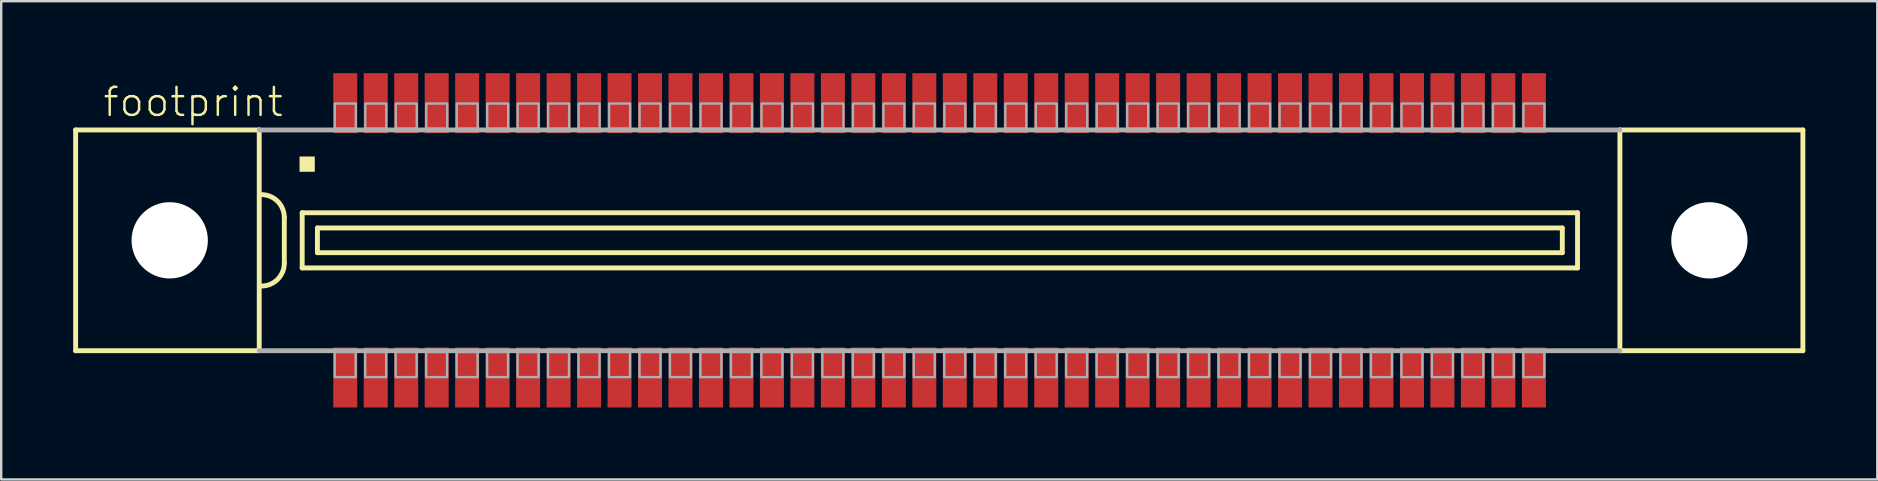
<source format=kicad_pcb>
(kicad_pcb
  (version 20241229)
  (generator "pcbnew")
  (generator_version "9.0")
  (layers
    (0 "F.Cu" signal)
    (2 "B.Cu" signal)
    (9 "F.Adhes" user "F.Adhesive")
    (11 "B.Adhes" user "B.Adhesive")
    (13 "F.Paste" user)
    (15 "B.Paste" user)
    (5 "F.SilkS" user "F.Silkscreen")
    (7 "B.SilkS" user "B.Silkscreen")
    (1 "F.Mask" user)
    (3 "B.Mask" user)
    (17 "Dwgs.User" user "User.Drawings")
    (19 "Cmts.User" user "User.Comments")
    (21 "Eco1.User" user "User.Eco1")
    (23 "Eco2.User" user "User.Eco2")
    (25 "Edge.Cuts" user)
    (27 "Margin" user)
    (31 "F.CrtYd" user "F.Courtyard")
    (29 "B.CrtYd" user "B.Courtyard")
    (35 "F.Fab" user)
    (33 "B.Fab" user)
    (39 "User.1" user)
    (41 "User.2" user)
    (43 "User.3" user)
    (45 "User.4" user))
  (footprint "footprint"
    (layer "F.Cu")
    (at 36.102 6.965)
    (property "Reference" "footprint" (at -34.925 -5.08 0) (layer "F.SilkS") (effects (font (size 1.168 1.168) (thickness 0.102)) (justify left bottom)))
    (fp_line (start -36 -4.6) (end -36 4.6) (stroke (width 0.203) (type solid)) (layer "F.SilkS"))
    (fp_line (start -36 4.6) (end -28.35 4.6) (stroke (width 0.203) (type solid)) (layer "F.SilkS"))
    (fp_line (start -28.35 -4.6) (end -36 -4.6) (stroke (width 0.203) (type solid)) (layer "F.SilkS"))
    (fp_line (start -28.35 -4.6) (end -28.35 4.6) (stroke (width 0.203) (type solid)) (layer "F.SilkS"))
    (fp_line (start -27.305 -0.953) (end -27.305 0.953) (stroke (width 0.203) (type solid)) (layer "F.SilkS"))
    (fp_line (start -26.56 -1.15) (end -26.56 1.15) (stroke (width 0.203) (type solid)) (layer "F.SilkS"))
    (fp_line (start -26.56 1.15) (end 26.585 1.15) (stroke (width 0.203) (type solid)) (layer "F.SilkS"))
    (fp_line (start -25.925 -0.515) (end -25.925 0.515) (stroke (width 0.203) (type solid)) (layer "F.SilkS"))
    (fp_line (start -25.925 0.515) (end 25.95 0.515) (stroke (width 0.203) (type solid)) (layer "F.SilkS"))
    (fp_line (start 25.95 -0.515) (end -25.925 -0.515) (stroke (width 0.203) (type solid)) (layer "F.SilkS"))
    (fp_line (start 25.95 0.515) (end 25.95 -0.515) (stroke (width 0.203) (type solid)) (layer "F.SilkS"))
    (fp_line (start 26.585 -1.15) (end -26.56 -1.15) (stroke (width 0.203) (type solid)) (layer "F.SilkS"))
    (fp_line (start 26.585 1.15) (end 26.585 -1.15) (stroke (width 0.203) (type solid)) (layer "F.SilkS"))
    (fp_line (start 28.35 4.6) (end 28.35 -4.6) (stroke (width 0.203) (type solid)) (layer "F.SilkS"))
    (fp_line (start 28.35 4.6) (end 35.975 4.6) (stroke (width 0.203) (type solid)) (layer "F.SilkS"))
    (fp_line (start 35.975 -4.6) (end 28.35 -4.6) (stroke (width 0.203) (type solid)) (layer "F.SilkS"))
    (fp_line (start 35.975 4.6) (end 35.975 -4.6) (stroke (width 0.203) (type solid)) (layer "F.SilkS"))
    (fp_arc (start -28.2575 -1.905) (mid -27.583981 -1.626019) (end -27.305 -0.9525) (stroke (width 0.2032) (type solid)) (layer "F.SilkS"))
    (fp_arc (start -27.305 0.9525) (mid -27.58401 1.625989) (end -28.257499 1.904999) (stroke (width 0.2032) (type solid)) (layer "F.SilkS"))
    (fp_poly (pts (xy -26.67 -2.857) (xy -26.035 -2.857) (xy -26.035 -3.493) (xy -26.67 -3.493)) (stroke (width 0) (type solid)) (fill yes) (layer "F.SilkS"))
    (fp_line (start -28.35 4.6) (end 28.35 4.6) (stroke (width 0.203) (type solid)) (layer "F.Fab"))
    (fp_line (start 28.35 -4.6) (end -28.35 -4.6) (stroke (width 0.203) (type solid)) (layer "F.Fab"))
    (fp_poly (pts (xy -25.2 -4.65) (xy -24.325 -4.65) (xy -24.325 -5.7) (xy -25.2 -5.7)) (stroke (width 0.1) (type solid)) (fill no) (layer "F.Fab"))
    (fp_poly (pts (xy -24.33 4.65) (xy -25.205 4.65) (xy -25.205 5.7) (xy -24.33 5.7)) (stroke (width 0.1) (type solid)) (fill no) (layer "F.Fab"))
    (fp_poly (pts (xy -23.93 -4.65) (xy -23.055 -4.65) (xy -23.055 -5.7) (xy -23.93 -5.7)) (stroke (width 0.1) (type solid)) (fill no) (layer "F.Fab"))
    (fp_poly (pts (xy -23.06 4.65) (xy -23.935 4.65) (xy -23.935 5.7) (xy -23.06 5.7)) (stroke (width 0.1) (type solid)) (fill no) (layer "F.Fab"))
    (fp_poly (pts (xy -22.66 -4.65) (xy -21.785 -4.65) (xy -21.785 -5.7) (xy -22.66 -5.7)) (stroke (width 0.1) (type solid)) (fill no) (layer "F.Fab"))
    (fp_poly (pts (xy -21.79 4.65) (xy -22.665 4.65) (xy -22.665 5.7) (xy -21.79 5.7)) (stroke (width 0.1) (type solid)) (fill no) (layer "F.Fab"))
    (fp_poly (pts (xy -21.39 -4.65) (xy -20.515 -4.65) (xy -20.515 -5.7) (xy -21.39 -5.7)) (stroke (width 0.1) (type solid)) (fill no) (layer "F.Fab"))
    (fp_poly (pts (xy -20.52 4.65) (xy -21.395 4.65) (xy -21.395 5.7) (xy -20.52 5.7)) (stroke (width 0.1) (type solid)) (fill no) (layer "F.Fab"))
    (fp_poly (pts (xy -20.12 -4.65) (xy -19.245 -4.65) (xy -19.245 -5.7) (xy -20.12 -5.7)) (stroke (width 0.1) (type solid)) (fill no) (layer "F.Fab"))
    (fp_poly (pts (xy -19.25 4.65) (xy -20.125 4.65) (xy -20.125 5.7) (xy -19.25 5.7)) (stroke (width 0.1) (type solid)) (fill no) (layer "F.Fab"))
    (fp_poly (pts (xy -18.85 -4.65) (xy -17.975 -4.65) (xy -17.975 -5.7) (xy -18.85 -5.7)) (stroke (width 0.1) (type solid)) (fill no) (layer "F.Fab"))
    (fp_poly (pts (xy -17.98 4.65) (xy -18.855 4.65) (xy -18.855 5.7) (xy -17.98 5.7)) (stroke (width 0.1) (type solid)) (fill no) (layer "F.Fab"))
    (fp_poly (pts (xy -17.58 -4.65) (xy -16.705 -4.65) (xy -16.705 -5.7) (xy -17.58 -5.7)) (stroke (width 0.1) (type solid)) (fill no) (layer "F.Fab"))
    (fp_poly (pts (xy -16.71 4.65) (xy -17.585 4.65) (xy -17.585 5.7) (xy -16.71 5.7)) (stroke (width 0.1) (type solid)) (fill no) (layer "F.Fab"))
    (fp_poly (pts (xy -16.31 -4.65) (xy -15.435 -4.65) (xy -15.435 -5.7) (xy -16.31 -5.7)) (stroke (width 0.1) (type solid)) (fill no) (layer "F.Fab"))
    (fp_poly (pts (xy -15.44 4.65) (xy -16.315 4.65) (xy -16.315 5.7) (xy -15.44 5.7)) (stroke (width 0.1) (type solid)) (fill no) (layer "F.Fab"))
    (fp_poly (pts (xy -15.04 -4.65) (xy -14.165 -4.65) (xy -14.165 -5.7) (xy -15.04 -5.7)) (stroke (width 0.1) (type solid)) (fill no) (layer "F.Fab"))
    (fp_poly (pts (xy -14.17 4.65) (xy -15.045 4.65) (xy -15.045 5.7) (xy -14.17 5.7)) (stroke (width 0.1) (type solid)) (fill no) (layer "F.Fab"))
    (fp_poly (pts (xy -13.77 -4.65) (xy -12.895 -4.65) (xy -12.895 -5.7) (xy -13.77 -5.7)) (stroke (width 0.1) (type solid)) (fill no) (layer "F.Fab"))
    (fp_poly (pts (xy -12.9 4.65) (xy -13.775 4.65) (xy -13.775 5.7) (xy -12.9 5.7)) (stroke (width 0.1) (type solid)) (fill no) (layer "F.Fab"))
    (fp_poly (pts (xy -12.5 -4.65) (xy -11.625 -4.65) (xy -11.625 -5.7) (xy -12.5 -5.7)) (stroke (width 0.1) (type solid)) (fill no) (layer "F.Fab"))
    (fp_poly (pts (xy -11.63 4.65) (xy -12.505 4.65) (xy -12.505 5.7) (xy -11.63 5.7)) (stroke (width 0.1) (type solid)) (fill no) (layer "F.Fab"))
    (fp_poly (pts (xy -11.23 -4.65) (xy -10.355 -4.65) (xy -10.355 -5.7) (xy -11.23 -5.7)) (stroke (width 0.1) (type solid)) (fill no) (layer "F.Fab"))
    (fp_poly (pts (xy -10.36 4.65) (xy -11.235 4.65) (xy -11.235 5.7) (xy -10.36 5.7)) (stroke (width 0.1) (type solid)) (fill no) (layer "F.Fab"))
    (fp_poly (pts (xy -9.96 -4.65) (xy -9.085 -4.65) (xy -9.085 -5.7) (xy -9.96 -5.7)) (stroke (width 0.1) (type solid)) (fill no) (layer "F.Fab"))
    (fp_poly (pts (xy -9.09 4.65) (xy -9.965 4.65) (xy -9.965 5.7) (xy -9.09 5.7)) (stroke (width 0.1) (type solid)) (fill no) (layer "F.Fab"))
    (fp_poly (pts (xy -8.69 -4.65) (xy -7.815 -4.65) (xy -7.815 -5.7) (xy -8.69 -5.7)) (stroke (width 0.1) (type solid)) (fill no) (layer "F.Fab"))
    (fp_poly (pts (xy -7.82 4.65) (xy -8.695 4.65) (xy -8.695 5.7) (xy -7.82 5.7)) (stroke (width 0.1) (type solid)) (fill no) (layer "F.Fab"))
    (fp_poly (pts (xy -7.42 -4.65) (xy -6.545 -4.65) (xy -6.545 -5.7) (xy -7.42 -5.7)) (stroke (width 0.1) (type solid)) (fill no) (layer "F.Fab"))
    (fp_poly (pts (xy -6.55 4.65) (xy -7.425 4.65) (xy -7.425 5.7) (xy -6.55 5.7)) (stroke (width 0.1) (type solid)) (fill no) (layer "F.Fab"))
    (fp_poly (pts (xy -6.15 -4.65) (xy -5.275 -4.65) (xy -5.275 -5.7) (xy -6.15 -5.7)) (stroke (width 0.1) (type solid)) (fill no) (layer "F.Fab"))
    (fp_poly (pts (xy -5.28 4.65) (xy -6.155 4.65) (xy -6.155 5.7) (xy -5.28 5.7)) (stroke (width 0.1) (type solid)) (fill no) (layer "F.Fab"))
    (fp_poly (pts (xy -4.88 -4.65) (xy -4.005 -4.65) (xy -4.005 -5.7) (xy -4.88 -5.7)) (stroke (width 0.1) (type solid)) (fill no) (layer "F.Fab"))
    (fp_poly (pts (xy -4.01 4.65) (xy -4.885 4.65) (xy -4.885 5.7) (xy -4.01 5.7)) (stroke (width 0.1) (type solid)) (fill no) (layer "F.Fab"))
    (fp_poly (pts (xy -3.61 -4.65) (xy -2.735 -4.65) (xy -2.735 -5.7) (xy -3.61 -5.7)) (stroke (width 0.1) (type solid)) (fill no) (layer "F.Fab"))
    (fp_poly (pts (xy -2.74 4.65) (xy -3.615 4.65) (xy -3.615 5.7) (xy -2.74 5.7)) (stroke (width 0.1) (type solid)) (fill no) (layer "F.Fab"))
    (fp_poly (pts (xy -2.34 -4.65) (xy -1.465 -4.65) (xy -1.465 -5.7) (xy -2.34 -5.7)) (stroke (width 0.1) (type solid)) (fill no) (layer "F.Fab"))
    (fp_poly (pts (xy -1.47 4.65) (xy -2.345 4.65) (xy -2.345 5.7) (xy -1.47 5.7)) (stroke (width 0.1) (type solid)) (fill no) (layer "F.Fab"))
    (fp_poly (pts (xy -1.07 -4.65) (xy -0.195 -4.65) (xy -0.195 -5.7) (xy -1.07 -5.7)) (stroke (width 0.1) (type solid)) (fill no) (layer "F.Fab"))
    (fp_poly (pts (xy -0.2 4.65) (xy -1.075 4.65) (xy -1.075 5.7) (xy -0.2 5.7)) (stroke (width 0.1) (type solid)) (fill no) (layer "F.Fab"))
    (fp_poly (pts (xy 0.2 -4.65) (xy 1.075 -4.65) (xy 1.075 -5.7) (xy 0.2 -5.7)) (stroke (width 0.1) (type solid)) (fill no) (layer "F.Fab"))
    (fp_poly (pts (xy 1.07 4.65) (xy 0.195 4.65) (xy 0.195 5.7) (xy 1.07 5.7)) (stroke (width 0.1) (type solid)) (fill no) (layer "F.Fab"))
    (fp_poly (pts (xy 1.47 -4.65) (xy 2.345 -4.65) (xy 2.345 -5.7) (xy 1.47 -5.7)) (stroke (width 0.1) (type solid)) (fill no) (layer "F.Fab"))
    (fp_poly (pts (xy 2.34 4.65) (xy 1.465 4.65) (xy 1.465 5.7) (xy 2.34 5.7)) (stroke (width 0.1) (type solid)) (fill no) (layer "F.Fab"))
    (fp_poly (pts (xy 2.74 -4.65) (xy 3.615 -4.65) (xy 3.615 -5.7) (xy 2.74 -5.7)) (stroke (width 0.1) (type solid)) (fill no) (layer "F.Fab"))
    (fp_poly (pts (xy 3.61 4.65) (xy 2.735 4.65) (xy 2.735 5.7) (xy 3.61 5.7)) (stroke (width 0.1) (type solid)) (fill no) (layer "F.Fab"))
    (fp_poly (pts (xy 4.01 -4.65) (xy 4.885 -4.65) (xy 4.885 -5.7) (xy 4.01 -5.7)) (stroke (width 0.1) (type solid)) (fill no) (layer "F.Fab"))
    (fp_poly (pts (xy 4.88 4.65) (xy 4.005 4.65) (xy 4.005 5.7) (xy 4.88 5.7)) (stroke (width 0.1) (type solid)) (fill no) (layer "F.Fab"))
    (fp_poly (pts (xy 5.28 -4.65) (xy 6.155 -4.65) (xy 6.155 -5.7) (xy 5.28 -5.7)) (stroke (width 0.1) (type solid)) (fill no) (layer "F.Fab"))
    (fp_poly (pts (xy 6.15 4.65) (xy 5.275 4.65) (xy 5.275 5.7) (xy 6.15 5.7)) (stroke (width 0.1) (type solid)) (fill no) (layer "F.Fab"))
    (fp_poly (pts (xy 6.55 -4.65) (xy 7.425 -4.65) (xy 7.425 -5.7) (xy 6.55 -5.7)) (stroke (width 0.1) (type solid)) (fill no) (layer "F.Fab"))
    (fp_poly (pts (xy 7.42 4.65) (xy 6.545 4.65) (xy 6.545 5.7) (xy 7.42 5.7)) (stroke (width 0.1) (type solid)) (fill no) (layer "F.Fab"))
    (fp_poly (pts (xy 7.82 -4.65) (xy 8.695 -4.65) (xy 8.695 -5.7) (xy 7.82 -5.7)) (stroke (width 0.1) (type solid)) (fill no) (layer "F.Fab"))
    (fp_poly (pts (xy 8.69 4.65) (xy 7.815 4.65) (xy 7.815 5.7) (xy 8.69 5.7)) (stroke (width 0.1) (type solid)) (fill no) (layer "F.Fab"))
    (fp_poly (pts (xy 9.09 -4.65) (xy 9.965 -4.65) (xy 9.965 -5.7) (xy 9.09 -5.7)) (stroke (width 0.1) (type solid)) (fill no) (layer "F.Fab"))
    (fp_poly (pts (xy 9.96 4.65) (xy 9.085 4.65) (xy 9.085 5.7) (xy 9.96 5.7)) (stroke (width 0.1) (type solid)) (fill no) (layer "F.Fab"))
    (fp_poly (pts (xy 10.36 -4.65) (xy 11.235 -4.65) (xy 11.235 -5.7) (xy 10.36 -5.7)) (stroke (width 0.1) (type solid)) (fill no) (layer "F.Fab"))
    (fp_poly (pts (xy 11.23 4.65) (xy 10.355 4.65) (xy 10.355 5.7) (xy 11.23 5.7)) (stroke (width 0.1) (type solid)) (fill no) (layer "F.Fab"))
    (fp_poly (pts (xy 11.63 -4.65) (xy 12.505 -4.65) (xy 12.505 -5.7) (xy 11.63 -5.7)) (stroke (width 0.1) (type solid)) (fill no) (layer "F.Fab"))
    (fp_poly (pts (xy 12.5 4.65) (xy 11.625 4.65) (xy 11.625 5.7) (xy 12.5 5.7)) (stroke (width 0.1) (type solid)) (fill no) (layer "F.Fab"))
    (fp_poly (pts (xy 12.9 -4.65) (xy 13.775 -4.65) (xy 13.775 -5.7) (xy 12.9 -5.7)) (stroke (width 0.1) (type solid)) (fill no) (layer "F.Fab"))
    (fp_poly (pts (xy 13.77 4.65) (xy 12.895 4.65) (xy 12.895 5.7) (xy 13.77 5.7)) (stroke (width 0.1) (type solid)) (fill no) (layer "F.Fab"))
    (fp_poly (pts (xy 14.17 -4.65) (xy 15.045 -4.65) (xy 15.045 -5.7) (xy 14.17 -5.7)) (stroke (width 0.1) (type solid)) (fill no) (layer "F.Fab"))
    (fp_poly (pts (xy 15.04 4.65) (xy 14.165 4.65) (xy 14.165 5.7) (xy 15.04 5.7)) (stroke (width 0.1) (type solid)) (fill no) (layer "F.Fab"))
    (fp_poly (pts (xy 15.44 -4.65) (xy 16.315 -4.65) (xy 16.315 -5.7) (xy 15.44 -5.7)) (stroke (width 0.1) (type solid)) (fill no) (layer "F.Fab"))
    (fp_poly (pts (xy 16.31 4.65) (xy 15.435 4.65) (xy 15.435 5.7) (xy 16.31 5.7)) (stroke (width 0.1) (type solid)) (fill no) (layer "F.Fab"))
    (fp_poly (pts (xy 16.71 -4.65) (xy 17.585 -4.65) (xy 17.585 -5.7) (xy 16.71 -5.7)) (stroke (width 0.1) (type solid)) (fill no) (layer "F.Fab"))
    (fp_poly (pts (xy 17.58 4.65) (xy 16.705 4.65) (xy 16.705 5.7) (xy 17.58 5.7)) (stroke (width 0.1) (type solid)) (fill no) (layer "F.Fab"))
    (fp_poly (pts (xy 17.98 -4.65) (xy 18.855 -4.65) (xy 18.855 -5.7) (xy 17.98 -5.7)) (stroke (width 0.1) (type solid)) (fill no) (layer "F.Fab"))
    (fp_poly (pts (xy 18.85 4.65) (xy 17.975 4.65) (xy 17.975 5.7) (xy 18.85 5.7)) (stroke (width 0.1) (type solid)) (fill no) (layer "F.Fab"))
    (fp_poly (pts (xy 19.25 -4.65) (xy 20.125 -4.65) (xy 20.125 -5.7) (xy 19.25 -5.7)) (stroke (width 0.1) (type solid)) (fill no) (layer "F.Fab"))
    (fp_poly (pts (xy 20.12 4.65) (xy 19.245 4.65) (xy 19.245 5.7) (xy 20.12 5.7)) (stroke (width 0.1) (type solid)) (fill no) (layer "F.Fab"))
    (fp_poly (pts (xy 20.52 -4.65) (xy 21.395 -4.65) (xy 21.395 -5.7) (xy 20.52 -5.7)) (stroke (width 0.1) (type solid)) (fill no) (layer "F.Fab"))
    (fp_poly (pts (xy 21.39 4.65) (xy 20.515 4.65) (xy 20.515 5.7) (xy 21.39 5.7)) (stroke (width 0.1) (type solid)) (fill no) (layer "F.Fab"))
    (fp_poly (pts (xy 21.79 -4.65) (xy 22.665 -4.65) (xy 22.665 -5.7) (xy 21.79 -5.7)) (stroke (width 0.1) (type solid)) (fill no) (layer "F.Fab"))
    (fp_poly (pts (xy 22.66 4.65) (xy 21.785 4.65) (xy 21.785 5.7) (xy 22.66 5.7)) (stroke (width 0.1) (type solid)) (fill no) (layer "F.Fab"))
    (fp_poly (pts (xy 23.06 -4.65) (xy 23.935 -4.65) (xy 23.935 -5.7) (xy 23.06 -5.7)) (stroke (width 0.1) (type solid)) (fill no) (layer "F.Fab"))
    (fp_poly (pts (xy 23.93 4.65) (xy 23.055 4.65) (xy 23.055 5.7) (xy 23.93 5.7)) (stroke (width 0.1) (type solid)) (fill no) (layer "F.Fab"))
    (fp_poly (pts (xy 24.33 -4.65) (xy 25.205 -4.65) (xy 25.205 -5.7) (xy 24.33 -5.7)) (stroke (width 0.1) (type solid)) (fill no) (layer "F.Fab"))
    (fp_poly (pts (xy 25.2 4.65) (xy 24.325 4.65) (xy 24.325 5.7) (xy 25.2 5.7)) (stroke (width 0.1) (type solid)) (fill no) (layer "F.Fab"))
    (pad "" np_thru_hole circle (at -32.08 0) (size 3.18 3.18) (drill 3.18) (layers "*.Cu" "*.Mask"))
    (pad "" np_thru_hole circle (at 32.08 0) (size 3.18 3.18) (drill 3.18) (layers "*.Cu" "*.Mask"))
    (pad "1" smd rect (at -24.765 -5.715) (size 1 2.5) (layers "F.Cu" "F.Mask" "F.Paste"))
    (pad "2" smd rect (at -23.495 -5.715) (size 1 2.5) (layers "F.Cu" "F.Mask" "F.Paste"))
    (pad "3" smd rect (at -22.225 -5.715) (size 1 2.5) (layers "F.Cu" "F.Mask" "F.Paste"))
    (pad "4" smd rect (at -20.955 -5.715) (size 1 2.5) (layers "F.Cu" "F.Mask" "F.Paste"))
    (pad "5" smd rect (at -19.685 -5.715) (size 1 2.5) (layers "F.Cu" "F.Mask" "F.Paste"))
    (pad "6" smd rect (at -18.415 -5.715) (size 1 2.5) (layers "F.Cu" "F.Mask" "F.Paste"))
    (pad "7" smd rect (at -17.145 -5.715) (size 1 2.5) (layers "F.Cu" "F.Mask" "F.Paste"))
    (pad "8" smd rect (at -15.875 -5.715) (size 1 2.5) (layers "F.Cu" "F.Mask" "F.Paste"))
    (pad "9" smd rect (at -14.605 -5.715) (size 1 2.5) (layers "F.Cu" "F.Mask" "F.Paste"))
    (pad "10" smd rect (at -13.335 -5.715) (size 1 2.5) (layers "F.Cu" "F.Mask" "F.Paste"))
    (pad "11" smd rect (at -12.065 -5.715 180) (size 1 2.5) (layers "F.Cu" "F.Mask" "F.Paste"))
    (pad "12" smd rect (at -10.795 -5.715 180) (size 1 2.5) (layers "F.Cu" "F.Mask" "F.Paste"))
    (pad "13" smd rect (at -9.525 -5.715 180) (size 1 2.5) (layers "F.Cu" "F.Mask" "F.Paste"))
    (pad "14" smd rect (at -8.255 -5.715 180) (size 1 2.5) (layers "F.Cu" "F.Mask" "F.Paste"))
    (pad "15" smd rect (at -6.985 -5.715 180) (size 1 2.5) (layers "F.Cu" "F.Mask" "F.Paste"))
    (pad "16" smd rect (at -5.715 -5.715 180) (size 1 2.5) (layers "F.Cu" "F.Mask" "F.Paste"))
    (pad "17" smd rect (at -4.445 -5.715 180) (size 1 2.5) (layers "F.Cu" "F.Mask" "F.Paste"))
    (pad "18" smd rect (at -3.175 -5.715 180) (size 1 2.5) (layers "F.Cu" "F.Mask" "F.Paste"))
    (pad "19" smd rect (at -1.905 -5.715 180) (size 1 2.5) (layers "F.Cu" "F.Mask" "F.Paste"))
    (pad "20" smd rect (at -0.635 -5.715 180) (size 1 2.5) (layers "F.Cu" "F.Mask" "F.Paste"))
    (pad "21" smd rect (at 0.635 -5.715 180) (size 1 2.5) (layers "F.Cu" "F.Mask" "F.Paste"))
    (pad "22" smd rect (at 1.905 -5.715 180) (size 1 2.5) (layers "F.Cu" "F.Mask" "F.Paste"))
    (pad "23" smd rect (at 3.175 -5.715 180) (size 1 2.5) (layers "F.Cu" "F.Mask" "F.Paste"))
    (pad "24" smd rect (at 4.445 -5.715 180) (size 1 2.5) (layers "F.Cu" "F.Mask" "F.Paste"))
    (pad "25" smd rect (at 5.715 -5.715 180) (size 1 2.5) (layers "F.Cu" "F.Mask" "F.Paste"))
    (pad "26" smd rect (at 6.985 -5.715 180) (size 1 2.5) (layers "F.Cu" "F.Mask" "F.Paste"))
    (pad "27" smd rect (at 8.255 -5.715 180) (size 1 2.5) (layers "F.Cu" "F.Mask" "F.Paste"))
    (pad "28" smd rect (at 9.525 -5.715 180) (size 1 2.5) (layers "F.Cu" "F.Mask" "F.Paste"))
    (pad "29" smd rect (at 10.795 -5.715 180) (size 1 2.5) (layers "F.Cu" "F.Mask" "F.Paste"))
    (pad "30" smd rect (at 12.065 -5.715 180) (size 1 2.5) (layers "F.Cu" "F.Mask" "F.Paste"))
    (pad "31" smd rect (at 13.335 -5.715 180) (size 1 2.5) (layers "F.Cu" "F.Mask" "F.Paste"))
    (pad "32" smd rect (at 14.605 -5.715 180) (size 1 2.5) (layers "F.Cu" "F.Mask" "F.Paste"))
    (pad "33" smd rect (at 15.875 -5.715 180) (size 1 2.5) (layers "F.Cu" "F.Mask" "F.Paste"))
    (pad "34" smd rect (at 17.145 -5.715 180) (size 1 2.5) (layers "F.Cu" "F.Mask" "F.Paste"))
    (pad "35" smd rect (at 18.415 -5.715 180) (size 1 2.5) (layers "F.Cu" "F.Mask" "F.Paste"))
    (pad "36" smd rect (at 19.685 -5.715 180) (size 1 2.5) (layers "F.Cu" "F.Mask" "F.Paste"))
    (pad "37" smd rect (at 20.955 -5.715 180) (size 1 2.5) (layers "F.Cu" "F.Mask" "F.Paste"))
    (pad "38" smd rect (at 22.225 -5.715 180) (size 1 2.5) (layers "F.Cu" "F.Mask" "F.Paste"))
    (pad "39" smd rect (at 23.495 -5.715 180) (size 1 2.5) (layers "F.Cu" "F.Mask" "F.Paste"))
    (pad "40" smd rect (at 24.765 -5.715 180) (size 1 2.5) (layers "F.Cu" "F.Mask" "F.Paste"))
    (pad "41" smd rect (at -24.765 5.715) (size 1 2.5) (layers "F.Cu" "F.Mask" "F.Paste"))
    (pad "42" smd rect (at -23.495 5.715) (size 1 2.5) (layers "F.Cu" "F.Mask" "F.Paste"))
    (pad "43" smd rect (at -22.225 5.715) (size 1 2.5) (layers "F.Cu" "F.Mask" "F.Paste"))
    (pad "44" smd rect (at -20.955 5.715) (size 1 2.5) (layers "F.Cu" "F.Mask" "F.Paste"))
    (pad "45" smd rect (at -19.685 5.715) (size 1 2.5) (layers "F.Cu" "F.Mask" "F.Paste"))
    (pad "46" smd rect (at -18.415 5.715) (size 1 2.5) (layers "F.Cu" "F.Mask" "F.Paste"))
    (pad "47" smd rect (at -17.145 5.715) (size 1 2.5) (layers "F.Cu" "F.Mask" "F.Paste"))
    (pad "48" smd rect (at -15.875 5.715) (size 1 2.5) (layers "F.Cu" "F.Mask" "F.Paste"))
    (pad "49" smd rect (at -14.605 5.715) (size 1 2.5) (layers "F.Cu" "F.Mask" "F.Paste"))
    (pad "50" smd rect (at -13.335 5.715) (size 1 2.5) (layers "F.Cu" "F.Mask" "F.Paste"))
    (pad "51" smd rect (at -12.065 5.715) (size 1 2.5) (layers "F.Cu" "F.Mask" "F.Paste"))
    (pad "52" smd rect (at -10.795 5.715) (size 1 2.5) (layers "F.Cu" "F.Mask" "F.Paste"))
    (pad "53" smd rect (at -9.525 5.715) (size 1 2.5) (layers "F.Cu" "F.Mask" "F.Paste"))
    (pad "54" smd rect (at -8.255 5.715) (size 1 2.5) (layers "F.Cu" "F.Mask" "F.Paste"))
    (pad "55" smd rect (at -6.985 5.715) (size 1 2.5) (layers "F.Cu" "F.Mask" "F.Paste"))
    (pad "56" smd rect (at -5.715 5.715) (size 1 2.5) (layers "F.Cu" "F.Mask" "F.Paste"))
    (pad "57" smd rect (at -4.445 5.715) (size 1 2.5) (layers "F.Cu" "F.Mask" "F.Paste"))
    (pad "58" smd rect (at -3.175 5.715) (size 1 2.5) (layers "F.Cu" "F.Mask" "F.Paste"))
    (pad "59" smd rect (at -1.905 5.715) (size 1 2.5) (layers "F.Cu" "F.Mask" "F.Paste"))
    (pad "60" smd rect (at -0.635 5.715) (size 1 2.5) (layers "F.Cu" "F.Mask" "F.Paste"))
    (pad "61" smd rect (at 0.635 5.715) (size 1 2.5) (layers "F.Cu" "F.Mask" "F.Paste"))
    (pad "62" smd rect (at 1.905 5.715) (size 1 2.5) (layers "F.Cu" "F.Mask" "F.Paste"))
    (pad "63" smd rect (at 3.175 5.715) (size 1 2.5) (layers "F.Cu" "F.Mask" "F.Paste"))
    (pad "64" smd rect (at 4.445 5.715) (size 1 2.5) (layers "F.Cu" "F.Mask" "F.Paste"))
    (pad "65" smd rect (at 5.715 5.715) (size 1 2.5) (layers "F.Cu" "F.Mask" "F.Paste"))
    (pad "66" smd rect (at 6.985 5.715) (size 1 2.5) (layers "F.Cu" "F.Mask" "F.Paste"))
    (pad "67" smd rect (at 8.255 5.715) (size 1 2.5) (layers "F.Cu" "F.Mask" "F.Paste"))
    (pad "68" smd rect (at 9.525 5.715) (size 1 2.5) (layers "F.Cu" "F.Mask" "F.Paste"))
    (pad "69" smd rect (at 10.795 5.715) (size 1 2.5) (layers "F.Cu" "F.Mask" "F.Paste"))
    (pad "70" smd rect (at 12.065 5.715) (size 1 2.5) (layers "F.Cu" "F.Mask" "F.Paste"))
    (pad "71" smd rect (at 13.335 5.715) (size 1 2.5) (layers "F.Cu" "F.Mask" "F.Paste"))
    (pad "72" smd rect (at 14.605 5.715) (size 1 2.5) (layers "F.Cu" "F.Mask" "F.Paste"))
    (pad "73" smd rect (at 15.875 5.715) (size 1 2.5) (layers "F.Cu" "F.Mask" "F.Paste"))
    (pad "74" smd rect (at 17.145 5.715) (size 1 2.5) (layers "F.Cu" "F.Mask" "F.Paste"))
    (pad "75" smd rect (at 18.415 5.715) (size 1 2.5) (layers "F.Cu" "F.Mask" "F.Paste"))
    (pad "76" smd rect (at 19.685 5.715) (size 1 2.5) (layers "F.Cu" "F.Mask" "F.Paste"))
    (pad "77" smd rect (at 20.955 5.715) (size 1 2.5) (layers "F.Cu" "F.Mask" "F.Paste"))
    (pad "78" smd rect (at 22.225 5.715) (size 1 2.5) (layers "F.Cu" "F.Mask" "F.Paste"))
    (pad "79" smd rect (at 23.495 5.715) (size 1 2.5) (layers "F.Cu" "F.Mask" "F.Paste"))
    (pad "80" smd rect (at 24.765 5.715) (size 1 2.5) (layers "F.Cu" "F.Mask" "F.Paste")))
  (gr_rect
    (start -3 -3)
    (end 75.178 16.93)
    (stroke (width 0.1) (type default))
    (fill no)
    (layer "Edge.Cuts")))
</source>
